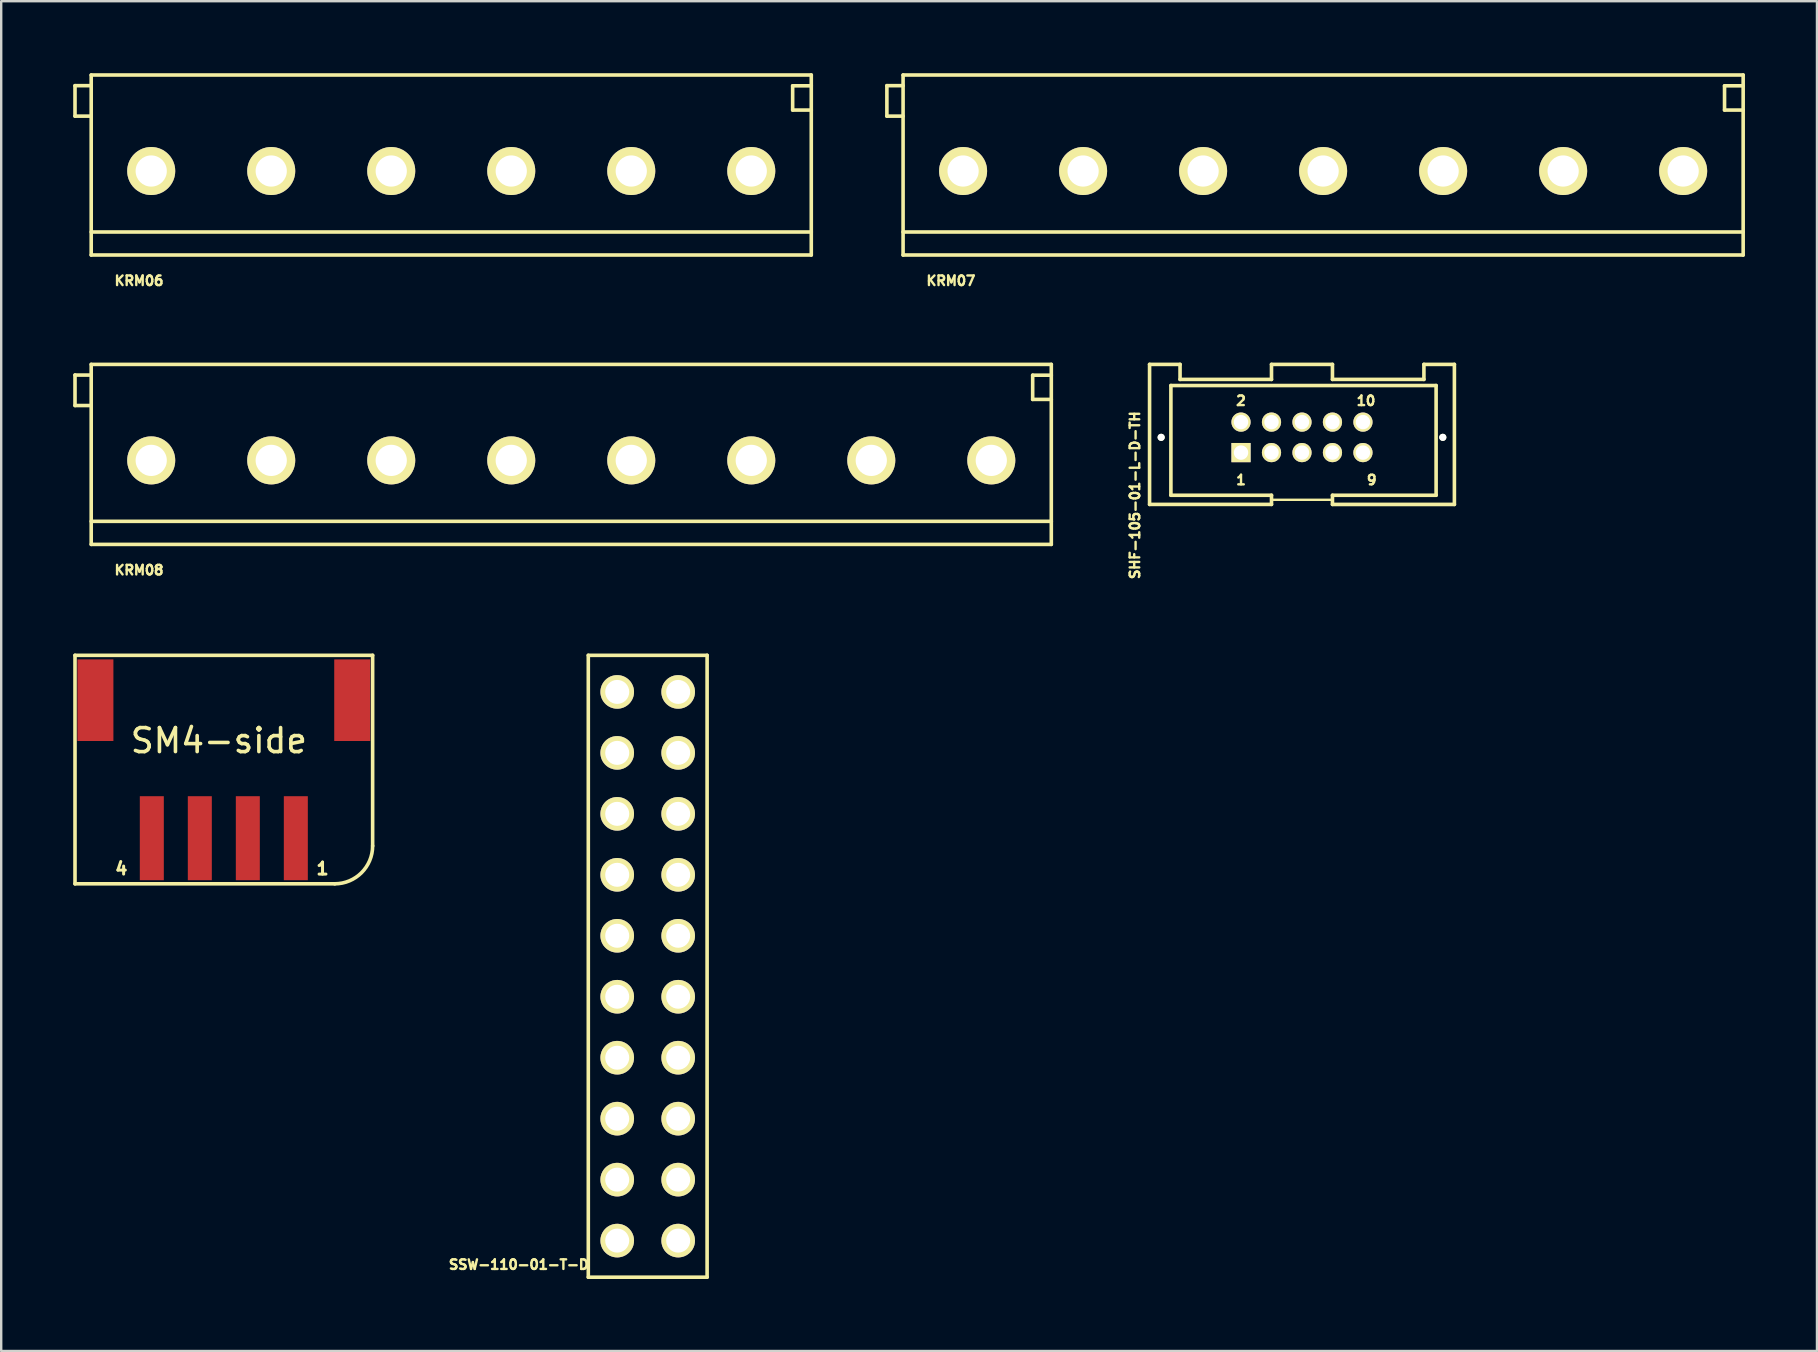
<source format=kicad_pcb>
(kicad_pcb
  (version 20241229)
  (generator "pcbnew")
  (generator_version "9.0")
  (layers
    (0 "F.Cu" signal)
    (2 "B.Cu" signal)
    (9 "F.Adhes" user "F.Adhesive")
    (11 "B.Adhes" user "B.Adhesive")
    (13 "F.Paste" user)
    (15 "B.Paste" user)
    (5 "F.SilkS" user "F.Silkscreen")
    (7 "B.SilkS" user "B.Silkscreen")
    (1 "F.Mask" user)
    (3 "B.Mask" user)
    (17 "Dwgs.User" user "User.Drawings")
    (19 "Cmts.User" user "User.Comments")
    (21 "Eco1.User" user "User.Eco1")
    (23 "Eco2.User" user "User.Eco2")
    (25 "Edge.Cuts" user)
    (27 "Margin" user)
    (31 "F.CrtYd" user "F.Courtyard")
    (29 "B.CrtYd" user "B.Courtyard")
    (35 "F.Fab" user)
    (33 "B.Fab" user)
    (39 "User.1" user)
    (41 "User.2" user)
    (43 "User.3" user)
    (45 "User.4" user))
  (footprint "KRM08"
    (layer "F.Cu")
    (at 3.25 16.131)
    (property "Reference" "KRM08" (at -0.508 4.572 0) (layer "F.SilkS") (effects (font (size 0.4 0.4) (thickness 0.1))))
    (attr through_hole)
    (fp_line (start -3.175 -3.556) (end -2.5 -3.556) (stroke (width 0.15) (type solid)) (layer "F.SilkS"))
    (fp_line (start -3.175 -2.286) (end -3.175 -3.556) (stroke (width 0.15) (type solid)) (layer "F.SilkS"))
    (fp_line (start -3.175 -2.286) (end -2.5 -2.286) (stroke (width 0.15) (type solid)) (layer "F.SilkS"))
    (fp_line (start -2.5 -4) (end -2.5 3.5) (stroke (width 0.15) (type solid)) (layer "F.SilkS"))
    (fp_line (start -2.5 -4) (end 37.5 -4) (stroke (width 0.15) (type solid)) (layer "F.SilkS"))
    (fp_line (start -2.5 2.54) (end 37.5 2.54) (stroke (width 0.15) (type solid)) (layer "F.SilkS"))
    (fp_line (start -2.5 3.5) (end 37.5 3.5) (stroke (width 0.15) (type solid)) (layer "F.SilkS"))
    (fp_line (start 36.724 -3.549) (end 36.724 -2.54) (stroke (width 0.15) (type solid)) (layer "F.SilkS"))
    (fp_line (start 36.724 -3.549) (end 37.5 -3.549) (stroke (width 0.15) (type solid)) (layer "F.SilkS"))
    (fp_line (start 36.724 -2.54) (end 37.5 -2.54) (stroke (width 0.15) (type solid)) (layer "F.SilkS"))
    (fp_line (start 37.5 -4) (end 37.5 3.5) (stroke (width 0.15) (type solid)) (layer "F.SilkS"))
    (pad "1" thru_hole circle (at 0 0) (size 2 2) (drill 1.3) (layers "*.Cu" "*.Mask" "F.SilkS"))
    (pad "2" thru_hole circle (at 5 0) (size 2 2) (drill 1.3) (layers "*.Cu" "*.Mask" "F.SilkS"))
    (pad "3" thru_hole circle (at 10 0) (size 2 2) (drill 1.3) (layers "*.Cu" "*.Mask" "F.SilkS"))
    (pad "4" thru_hole circle (at 15 0) (size 2 2) (drill 1.3) (layers "*.Cu" "*.Mask" "F.SilkS"))
    (pad "5" thru_hole circle (at 20 0) (size 2 2) (drill 1.3) (layers "*.Cu" "*.Mask" "F.SilkS"))
    (pad "6" thru_hole circle (at 25 0) (size 2 2) (drill 1.3) (layers "*.Cu" "*.Mask" "F.SilkS"))
    (pad "7" thru_hole circle (at 30 0) (size 2 2) (drill 1.3) (layers "*.Cu" "*.Mask" "F.SilkS"))
    (pad "8" thru_hole circle (at 35 0) (size 2 2) (drill 1.3) (layers "*.Cu" "*.Mask" "F.SilkS")))
  (footprint "KRM07"
    (layer "F.Cu")
    (at 37.075 4.075)
    (property "Reference" "KRM07" (at -0.508 4.572 0) (layer "F.SilkS") (effects (font (size 0.4 0.4) (thickness 0.1))))
    (attr through_hole)
    (fp_line (start -3.175 -3.556) (end -2.5 -3.556) (stroke (width 0.15) (type solid)) (layer "F.SilkS"))
    (fp_line (start -3.175 -2.286) (end -3.175 -3.556) (stroke (width 0.15) (type solid)) (layer "F.SilkS"))
    (fp_line (start -3.175 -2.286) (end -2.5 -2.286) (stroke (width 0.15) (type solid)) (layer "F.SilkS"))
    (fp_line (start -2.5 -4) (end -2.5 3.5) (stroke (width 0.15) (type solid)) (layer "F.SilkS"))
    (fp_line (start -2.5 -4) (end 32.5 -4) (stroke (width 0.15) (type solid)) (layer "F.SilkS"))
    (fp_line (start -2.5 2.54) (end 32.5 2.54) (stroke (width 0.15) (type solid)) (layer "F.SilkS"))
    (fp_line (start -2.5 3.5) (end 32.5 3.5) (stroke (width 0.15) (type solid)) (layer "F.SilkS"))
    (fp_line (start 31.724 -3.549) (end 31.724 -2.54) (stroke (width 0.15) (type solid)) (layer "F.SilkS"))
    (fp_line (start 31.724 -3.549) (end 32.5 -3.549) (stroke (width 0.15) (type solid)) (layer "F.SilkS"))
    (fp_line (start 31.724 -2.54) (end 32.5 -2.54) (stroke (width 0.15) (type solid)) (layer "F.SilkS"))
    (fp_line (start 32.5 -4) (end 32.5 3.5) (stroke (width 0.15) (type solid)) (layer "F.SilkS"))
    (pad "1" thru_hole circle (at 0 0) (size 2 2) (drill 1.3) (layers "*.Cu" "*.Mask" "F.SilkS"))
    (pad "2" thru_hole circle (at 5 0) (size 2 2) (drill 1.3) (layers "*.Cu" "*.Mask" "F.SilkS"))
    (pad "3" thru_hole circle (at 10 0) (size 2 2) (drill 1.3) (layers "*.Cu" "*.Mask" "F.SilkS"))
    (pad "4" thru_hole circle (at 15 0) (size 2 2) (drill 1.3) (layers "*.Cu" "*.Mask" "F.SilkS"))
    (pad "5" thru_hole circle (at 20 0) (size 2 2) (drill 1.3) (layers "*.Cu" "*.Mask" "F.SilkS"))
    (pad "6" thru_hole circle (at 25 0) (size 2 2) (drill 1.3) (layers "*.Cu" "*.Mask" "F.SilkS"))
    (pad "7" thru_hole circle (at 30 0) (size 2 2) (drill 1.3) (layers "*.Cu" "*.Mask" "F.SilkS")))
  (footprint "KRM06"
    (layer "F.Cu")
    (at 3.25 4.075)
    (property "Reference" "KRM06" (at -0.508 4.572 0) (layer "F.SilkS") (effects (font (size 0.4 0.4) (thickness 0.1))))
    (attr through_hole)
    (fp_line (start -3.175 -3.556) (end -2.5 -3.556) (stroke (width 0.15) (type solid)) (layer "F.SilkS"))
    (fp_line (start -3.175 -2.286) (end -3.175 -3.556) (stroke (width 0.15) (type solid)) (layer "F.SilkS"))
    (fp_line (start -3.175 -2.286) (end -2.5 -2.286) (stroke (width 0.15) (type solid)) (layer "F.SilkS"))
    (fp_line (start -2.5 -4) (end -2.5 3.5) (stroke (width 0.15) (type solid)) (layer "F.SilkS"))
    (fp_line (start -2.5 -4) (end 27.5 -4) (stroke (width 0.15) (type solid)) (layer "F.SilkS"))
    (fp_line (start -2.5 2.54) (end 27.5 2.54) (stroke (width 0.15) (type solid)) (layer "F.SilkS"))
    (fp_line (start -2.5 3.5) (end 27.5 3.5) (stroke (width 0.15) (type solid)) (layer "F.SilkS"))
    (fp_line (start 26.724 -3.549) (end 26.724 -2.54) (stroke (width 0.15) (type solid)) (layer "F.SilkS"))
    (fp_line (start 26.724 -3.549) (end 27.5 -3.549) (stroke (width 0.15) (type solid)) (layer "F.SilkS"))
    (fp_line (start 26.724 -2.54) (end 27.5 -2.54) (stroke (width 0.15) (type solid)) (layer "F.SilkS"))
    (fp_line (start 27.5 -4) (end 27.5 3.5) (stroke (width 0.15) (type solid)) (layer "F.SilkS"))
    (pad "1" thru_hole circle (at 0 0) (size 2 2) (drill 1.3) (layers "*.Cu" "*.Mask" "F.SilkS"))
    (pad "2" thru_hole circle (at 5 0) (size 2 2) (drill 1.3) (layers "*.Cu" "*.Mask" "F.SilkS"))
    (pad "3" thru_hole circle (at 10 0) (size 2 2) (drill 1.3) (layers "*.Cu" "*.Mask" "F.SilkS"))
    (pad "4" thru_hole circle (at 15 0) (size 2 2) (drill 1.3) (layers "*.Cu" "*.Mask" "F.SilkS"))
    (pad "5" thru_hole circle (at 20 0) (size 2 2) (drill 1.3) (layers "*.Cu" "*.Mask" "F.SilkS"))
    (pad "6" thru_hole circle (at 25 0) (size 2 2) (drill 1.3) (layers "*.Cu" "*.Mask" "F.SilkS")))
  (footprint "SM4-side"
    (layer "F.Cu")
    (at 3.275 31.872)
    (property "Reference" "SM4-side" (at 2.794 -4.064 0) (layer "F.SilkS") (effects (font (size 1 1) (thickness 0.15))))
    (attr through_hole)
    (fp_line (start -3.2 -7.62) (end 9.2 -7.62) (stroke (width 0.15) (type solid)) (layer "F.SilkS"))
    (fp_line (start -3.2 1.9) (end -3.2 -7.62) (stroke (width 0.15) (type solid)) (layer "F.SilkS"))
    (fp_line (start 7.62 1.9) (end -3.2 1.9) (stroke (width 0.15) (type solid)) (layer "F.SilkS"))
    (fp_line (start 9.2 -7.62) (end 9.2 0.32) (stroke (width 0.15) (type solid)) (layer "F.SilkS"))
    (fp_arc (start 9.2 0.32) (mid 8.737229 1.437229) (end 7.62 1.9) (stroke (width 0.15) (type solid)) (layer "F.SilkS"))
    (fp_text user "4" (at -1.27 1.27 0) (layer "F.SilkS") (effects (font (size 0.5 0.5) (thickness 0.125))))
    (fp_text user "1" (at 7.112 1.27 0) (layer "F.SilkS") (effects (font (size 0.5 0.5) (thickness 0.125))))
    (pad "1" smd rect (at 6 0) (size 1 3.5) (layers "F.Cu" "F.Mask" "F.Paste"))
    (pad "2" smd rect (at 4 0) (size 1 3.5) (layers "F.Cu" "F.Mask" "F.Paste"))
    (pad "3" smd rect (at 2 0) (size 1 3.5) (layers "F.Cu" "F.Mask" "F.Paste"))
    (pad "4" smd rect (at 0 0) (size 1 3.5) (layers "F.Cu" "F.Mask" "F.Paste"))
    (pad "5" smd rect (at -2.35 -5.75) (size 1.5 3.4) (layers "F.Cu" "F.Mask" "F.Paste"))
    (pad "5" smd rect (at 8.35 -5.75) (size 1.5 3.4) (layers "F.Cu" "F.Mask" "F.Paste")))
  (footprint "SHF-105-01-L-D-TH"
    (layer "F.Cu")
    (at 51.194 15.171)
    (property "Reference" "SHF-105-01-L-D-TH" (at -6.96 2.41 90) (layer "F.SilkS") (effects (font (size 0.4 0.4) (thickness 0.1))))
    (attr through_hole)
    (fp_line (start -6.35 -3.04) (end -5.08 -3.04) (stroke (width 0.15) (type solid)) (layer "F.SilkS"))
    (fp_line (start -6.35 2.795) (end -6.35 -3.04) (stroke (width 0.15) (type solid)) (layer "F.SilkS"))
    (fp_line (start -6.349 2.794) (end -1.27 2.794) (stroke (width 0.15) (type solid)) (layer "F.SilkS"))
    (fp_line (start -5.461 -2.159) (end 5.588 -2.159) (stroke (width 0.15) (type solid)) (layer "F.SilkS"))
    (fp_line (start -5.461 2.413) (end -5.461 -2.159) (stroke (width 0.15) (type solid)) (layer "F.SilkS"))
    (fp_line (start -5.461 2.413) (end -1.27 2.413) (stroke (width 0.15) (type solid)) (layer "F.SilkS"))
    (fp_line (start -5.08 -2.413) (end -5.08 -3.04) (stroke (width 0.15) (type solid)) (layer "F.SilkS"))
    (fp_line (start -5.08 -2.413) (end -1.27 -2.413) (stroke (width 0.15) (type solid)) (layer "F.SilkS"))
    (fp_line (start -1.27 -3.04) (end 1.27 -3.04) (stroke (width 0.15) (type solid)) (layer "F.SilkS"))
    (fp_line (start -1.27 -2.413) (end -1.27 -3.04) (stroke (width 0.15) (type solid)) (layer "F.SilkS"))
    (fp_line (start -1.27 2.603) (end 1.269 2.603) (stroke (width 0.1) (type solid)) (layer "F.SilkS"))
    (fp_line (start -1.27 2.794) (end -1.27 2.413) (stroke (width 0.15) (type solid)) (layer "F.SilkS"))
    (fp_line (start 1.27 -2.413) (end 1.27 -3.04) (stroke (width 0.15) (type solid)) (layer "F.SilkS"))
    (fp_line (start 1.27 -2.413) (end 5.08 -2.413) (stroke (width 0.15) (type solid)) (layer "F.SilkS"))
    (fp_line (start 1.27 2.413) (end 5.588 2.413) (stroke (width 0.15) (type solid)) (layer "F.SilkS"))
    (fp_line (start 1.27 2.795) (end 1.27 2.413) (stroke (width 0.15) (type solid)) (layer "F.SilkS"))
    (fp_line (start 1.27 2.795) (end 6.35 2.795) (stroke (width 0.15) (type solid)) (layer "F.SilkS"))
    (fp_line (start 5.08 -3.04) (end 6.35 -3.04) (stroke (width 0.15) (type solid)) (layer "F.SilkS"))
    (fp_line (start 5.08 -2.413) (end 5.08 -3.04) (stroke (width 0.15) (type solid)) (layer "F.SilkS"))
    (fp_line (start 5.588 2.413) (end 5.588 -2.159) (stroke (width 0.15) (type solid)) (layer "F.SilkS"))
    (fp_line (start 6.35 2.795) (end 6.35 -3.04) (stroke (width 0.15) (type solid)) (layer "F.SilkS"))
    (fp_text user "1" (at -2.54 1.778 0) (layer "F.SilkS") (effects (font (size 0.4 0.4) (thickness 0.1))))
    (fp_text user "10" (at 2.667 -1.524 0) (layer "F.SilkS") (effects (font (size 0.4 0.4) (thickness 0.1))))
    (fp_text user "9" (at 2.905 1.778 0) (layer "F.SilkS") (effects (font (size 0.4 0.4) (thickness 0.1))))
    (fp_text user "2" (at -2.54 -1.524 0) (layer "F.SilkS") (effects (font (size 0.4 0.4) (thickness 0.1))))
    (pad "" np_thru_hole circle (at -5.867 0) (size 0.3 0.3) (drill 0.3) (layers "*.Cu" "*.Mask" "F.SilkS"))
    (pad "" np_thru_hole circle (at 5.867 0) (size 0.3 0.3) (drill 0.3) (layers "*.Cu" "*.Mask" "F.SilkS"))
    (pad "1" thru_hole rect (at -2.54 0.635) (size 0.8 0.8) (drill 0.6) (layers "*.Cu" "*.Mask" "F.SilkS"))
    (pad "2" thru_hole circle (at -2.54 -0.635) (size 0.8 0.8) (drill 0.6) (layers "*.Cu" "*.Mask" "F.SilkS"))
    (pad "3" thru_hole circle (at -1.27 0.635) (size 0.8 0.8) (drill 0.6) (layers "*.Cu" "*.Mask" "F.SilkS"))
    (pad "4" thru_hole circle (at -1.27 -0.635) (size 0.8 0.8) (drill 0.6) (layers "*.Cu" "*.Mask" "F.SilkS"))
    (pad "5" thru_hole circle (at 0 0.635) (size 0.8 0.8) (drill 0.6) (layers "*.Cu" "*.Mask" "F.SilkS"))
    (pad "6" thru_hole circle (at 0 -0.635) (size 0.8 0.8) (drill 0.6) (layers "*.Cu" "*.Mask" "F.SilkS"))
    (pad "7" thru_hole circle (at 1.27 0.635) (size 0.8 0.8) (drill 0.6) (layers "*.Cu" "*.Mask" "F.SilkS"))
    (pad "8" thru_hole circle (at 1.27 -0.635) (size 0.8 0.8) (drill 0.6) (layers "*.Cu" "*.Mask" "F.SilkS"))
    (pad "9" thru_hole circle (at 2.54 0.635) (size 0.8 0.8) (drill 0.6) (layers "*.Cu" "*.Mask" "F.SilkS"))
    (pad "10" thru_hole circle (at 2.54 -0.635) (size 0.8 0.8) (drill 0.6) (layers "*.Cu" "*.Mask" "F.SilkS")))
  (footprint "SSW-110-01-T-D"
    (layer "F.Cu")
    (at 22.665 48.637)
    (property "Reference" "SSW-110-01-T-D" (at -4.1 1 0) (layer "F.SilkS") (effects (font (size 0.4 0.4) (thickness 0.1))))
    (attr through_hole)
    (fp_line (start -1.205 -24.385) (end 3.745 -24.385) (stroke (width 0.15) (type solid)) (layer "F.SilkS"))
    (fp_line (start -1.205 1.525) (end -1.205 -24.385) (stroke (width 0.15) (type solid)) (layer "F.SilkS"))
    (fp_line (start -1.205 1.525) (end 3.745 1.525) (stroke (width 0.15) (type solid)) (layer "F.SilkS"))
    (fp_line (start 3.745 1.525) (end 3.745 -24.385) (stroke (width 0.15) (type solid)) (layer "F.SilkS"))
    (pad "1" thru_hole circle (at 0 0) (size 1.4 1.4) (drill 1) (layers "*.Cu" "*.Mask" "F.SilkS"))
    (pad "2" thru_hole circle (at 2.54 0) (size 1.4 1.4) (drill 1) (layers "*.Cu" "*.Mask" "F.SilkS"))
    (pad "3" thru_hole circle (at 0 -2.54) (size 1.4 1.4) (drill 1) (layers "*.Cu" "*.Mask" "F.SilkS"))
    (pad "4" thru_hole circle (at 2.54 -2.54) (size 1.4 1.4) (drill 1) (layers "*.Cu" "*.Mask" "F.SilkS"))
    (pad "5" thru_hole circle (at 0 -5.08) (size 1.4 1.4) (drill 1) (layers "*.Cu" "*.Mask" "F.SilkS"))
    (pad "6" thru_hole circle (at 2.54 -5.08) (size 1.4 1.4) (drill 1) (layers "*.Cu" "*.Mask" "F.SilkS"))
    (pad "7" thru_hole circle (at 0 -7.62) (size 1.4 1.4) (drill 1) (layers "*.Cu" "*.Mask" "F.SilkS"))
    (pad "8" thru_hole circle (at 2.54 -7.62) (size 1.4 1.4) (drill 1) (layers "*.Cu" "*.Mask" "F.SilkS"))
    (pad "9" thru_hole circle (at 0 -10.16) (size 1.4 1.4) (drill 1) (layers "*.Cu" "*.Mask" "F.SilkS"))
    (pad "10" thru_hole circle (at 2.54 -10.16) (size 1.4 1.4) (drill 1) (layers "*.Cu" "*.Mask" "F.SilkS"))
    (pad "11" thru_hole circle (at 0 -12.7) (size 1.4 1.4) (drill 1) (layers "*.Cu" "*.Mask" "F.SilkS"))
    (pad "12" thru_hole circle (at 2.54 -12.7) (size 1.4 1.4) (drill 1) (layers "*.Cu" "*.Mask" "F.SilkS"))
    (pad "13" thru_hole circle (at 0 -15.24) (size 1.4 1.4) (drill 1) (layers "*.Cu" "*.Mask" "F.SilkS"))
    (pad "14" thru_hole circle (at 2.54 -15.24) (size 1.4 1.4) (drill 1) (layers "*.Cu" "*.Mask" "F.SilkS"))
    (pad "15" thru_hole circle (at 0 -17.78) (size 1.4 1.4) (drill 1) (layers "*.Cu" "*.Mask" "F.SilkS"))
    (pad "16" thru_hole circle (at 2.54 -17.78) (size 1.4 1.4) (drill 1) (layers "*.Cu" "*.Mask" "F.SilkS"))
    (pad "17" thru_hole circle (at 0 -20.32) (size 1.4 1.4) (drill 1) (layers "*.Cu" "*.Mask" "F.SilkS"))
    (pad "18" thru_hole circle (at 2.54 -20.32) (size 1.4 1.4) (drill 1) (layers "*.Cu" "*.Mask" "F.SilkS"))
    (pad "19" thru_hole circle (at 0 -22.86) (size 1.4 1.4) (drill 1) (layers "*.Cu" "*.Mask" "F.SilkS"))
    (pad "20" thru_hole circle (at 2.54 -22.86) (size 1.4 1.4) (drill 1) (layers "*.Cu" "*.Mask" "F.SilkS")))
  (gr_rect
    (start -3 -3)
    (end 72.65 53.237)
    (stroke (width 0.1) (type default))
    (fill no)
    (layer "Edge.Cuts")))
</source>
